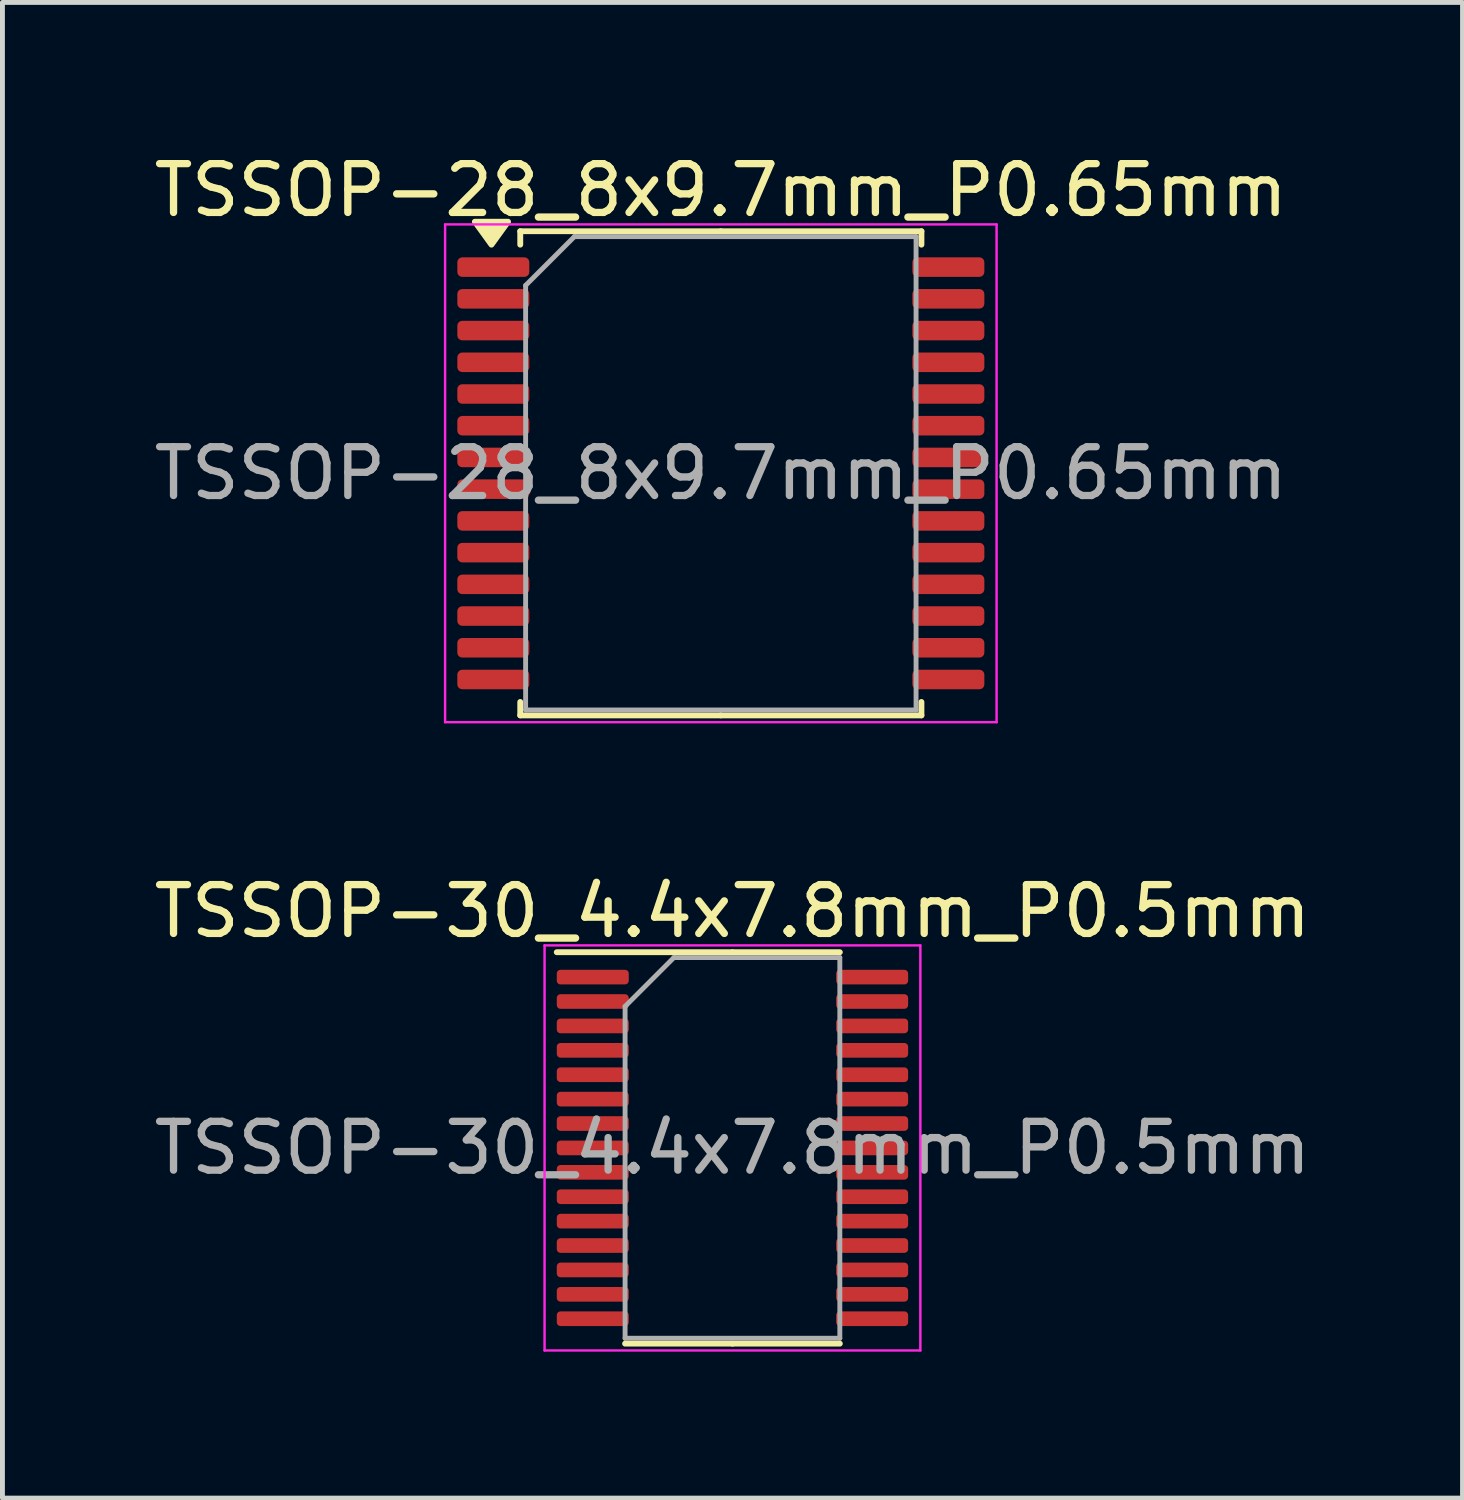
<source format=kicad_pcb>
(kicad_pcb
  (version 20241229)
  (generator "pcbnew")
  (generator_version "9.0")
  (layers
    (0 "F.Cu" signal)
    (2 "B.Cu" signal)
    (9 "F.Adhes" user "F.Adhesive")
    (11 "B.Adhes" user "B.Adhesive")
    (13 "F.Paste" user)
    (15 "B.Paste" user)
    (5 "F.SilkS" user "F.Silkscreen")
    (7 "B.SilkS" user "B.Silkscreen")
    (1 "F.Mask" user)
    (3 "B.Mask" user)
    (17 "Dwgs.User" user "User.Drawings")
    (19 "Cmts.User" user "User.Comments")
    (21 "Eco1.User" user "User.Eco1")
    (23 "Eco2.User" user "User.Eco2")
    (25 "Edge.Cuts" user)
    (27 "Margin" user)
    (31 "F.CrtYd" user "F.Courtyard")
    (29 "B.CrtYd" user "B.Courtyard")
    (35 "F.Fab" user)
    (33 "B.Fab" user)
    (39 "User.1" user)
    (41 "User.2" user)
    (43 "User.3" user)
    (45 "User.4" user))
  (footprint "TSSOP-30_4.4x7.8mm_P0.5mm"
    (layer "F.Cu")
    (at 11.958 20.471)
    (property "Reference" "TSSOP-30_4.4x7.8mm_P0.5mm" (at 0 -4.85 0) (layer "F.SilkS") (effects (font (size 1 1) (thickness 0.15))))
    (attr smd)
    (fp_line (start 0 -4.01) (end -3.6 -4.01) (stroke (width 0.12) (type solid)) (layer "F.SilkS"))
    (fp_line (start 0 -4.01) (end 2.2 -4.01) (stroke (width 0.12) (type solid)) (layer "F.SilkS"))
    (fp_line (start 0 4.01) (end -2.2 4.01) (stroke (width 0.12) (type solid)) (layer "F.SilkS"))
    (fp_line (start 0 4.01) (end 2.2 4.01) (stroke (width 0.12) (type solid)) (layer "F.SilkS"))
    (fp_line (start -3.85 -4.15) (end -3.85 4.15) (stroke (width 0.05) (type solid)) (layer "F.CrtYd"))
    (fp_line (start -3.85 4.15) (end 3.85 4.15) (stroke (width 0.05) (type solid)) (layer "F.CrtYd"))
    (fp_line (start 3.85 -4.15) (end -3.85 -4.15) (stroke (width 0.05) (type solid)) (layer "F.CrtYd"))
    (fp_line (start 3.85 4.15) (end 3.85 -4.15) (stroke (width 0.05) (type solid)) (layer "F.CrtYd"))
    (fp_line (start -2.2 -2.9) (end -1.2 -3.9) (stroke (width 0.1) (type solid)) (layer "F.Fab"))
    (fp_line (start -2.2 3.9) (end -2.2 -2.9) (stroke (width 0.1) (type solid)) (layer "F.Fab"))
    (fp_line (start -1.2 -3.9) (end 2.2 -3.9) (stroke (width 0.1) (type solid)) (layer "F.Fab"))
    (fp_line (start 2.2 -3.9) (end 2.2 3.9) (stroke (width 0.1) (type solid)) (layer "F.Fab"))
    (fp_line (start 2.2 3.9) (end -2.2 3.9) (stroke (width 0.1) (type solid)) (layer "F.Fab"))
    (fp_text user "${REFERENCE}" (at 0 0 0) (layer "F.Fab") (effects (font (size 1 1) (thickness 0.15))))
    (pad "1" smd roundrect (at -2.862 -3.5) (size 1.475 0.3) (layers "F.Cu" "F.Mask" "F.Paste") (roundrect_rratio 0.25))
    (pad "2" smd roundrect (at -2.862 -3) (size 1.475 0.3) (layers "F.Cu" "F.Mask" "F.Paste") (roundrect_rratio 0.25))
    (pad "3" smd roundrect (at -2.862 -2.5) (size 1.475 0.3) (layers "F.Cu" "F.Mask" "F.Paste") (roundrect_rratio 0.25))
    (pad "4" smd roundrect (at -2.862 -2) (size 1.475 0.3) (layers "F.Cu" "F.Mask" "F.Paste") (roundrect_rratio 0.25))
    (pad "5" smd roundrect (at -2.862 -1.5) (size 1.475 0.3) (layers "F.Cu" "F.Mask" "F.Paste") (roundrect_rratio 0.25))
    (pad "6" smd roundrect (at -2.862 -1) (size 1.475 0.3) (layers "F.Cu" "F.Mask" "F.Paste") (roundrect_rratio 0.25))
    (pad "7" smd roundrect (at -2.862 -0.5) (size 1.475 0.3) (layers "F.Cu" "F.Mask" "F.Paste") (roundrect_rratio 0.25))
    (pad "8" smd roundrect (at -2.862 0) (size 1.475 0.3) (layers "F.Cu" "F.Mask" "F.Paste") (roundrect_rratio 0.25))
    (pad "9" smd roundrect (at -2.862 0.5) (size 1.475 0.3) (layers "F.Cu" "F.Mask" "F.Paste") (roundrect_rratio 0.25))
    (pad "10" smd roundrect (at -2.862 1) (size 1.475 0.3) (layers "F.Cu" "F.Mask" "F.Paste") (roundrect_rratio 0.25))
    (pad "11" smd roundrect (at -2.862 1.5) (size 1.475 0.3) (layers "F.Cu" "F.Mask" "F.Paste") (roundrect_rratio 0.25))
    (pad "12" smd roundrect (at -2.862 2) (size 1.475 0.3) (layers "F.Cu" "F.Mask" "F.Paste") (roundrect_rratio 0.25))
    (pad "13" smd roundrect (at -2.862 2.5) (size 1.475 0.3) (layers "F.Cu" "F.Mask" "F.Paste") (roundrect_rratio 0.25))
    (pad "14" smd roundrect (at -2.862 3) (size 1.475 0.3) (layers "F.Cu" "F.Mask" "F.Paste") (roundrect_rratio 0.25))
    (pad "15" smd roundrect (at -2.862 3.5) (size 1.475 0.3) (layers "F.Cu" "F.Mask" "F.Paste") (roundrect_rratio 0.25))
    (pad "16" smd roundrect (at 2.862 3.5) (size 1.475 0.3) (layers "F.Cu" "F.Mask" "F.Paste") (roundrect_rratio 0.25))
    (pad "17" smd roundrect (at 2.862 3) (size 1.475 0.3) (layers "F.Cu" "F.Mask" "F.Paste") (roundrect_rratio 0.25))
    (pad "18" smd roundrect (at 2.862 2.5) (size 1.475 0.3) (layers "F.Cu" "F.Mask" "F.Paste") (roundrect_rratio 0.25))
    (pad "19" smd roundrect (at 2.862 2) (size 1.475 0.3) (layers "F.Cu" "F.Mask" "F.Paste") (roundrect_rratio 0.25))
    (pad "20" smd roundrect (at 2.862 1.5) (size 1.475 0.3) (layers "F.Cu" "F.Mask" "F.Paste") (roundrect_rratio 0.25))
    (pad "21" smd roundrect (at 2.862 1) (size 1.475 0.3) (layers "F.Cu" "F.Mask" "F.Paste") (roundrect_rratio 0.25))
    (pad "22" smd roundrect (at 2.862 0.5) (size 1.475 0.3) (layers "F.Cu" "F.Mask" "F.Paste") (roundrect_rratio 0.25))
    (pad "23" smd roundrect (at 2.862 0) (size 1.475 0.3) (layers "F.Cu" "F.Mask" "F.Paste") (roundrect_rratio 0.25))
    (pad "24" smd roundrect (at 2.862 -0.5) (size 1.475 0.3) (layers "F.Cu" "F.Mask" "F.Paste") (roundrect_rratio 0.25))
    (pad "25" smd roundrect (at 2.862 -1) (size 1.475 0.3) (layers "F.Cu" "F.Mask" "F.Paste") (roundrect_rratio 0.25))
    (pad "26" smd roundrect (at 2.862 -1.5) (size 1.475 0.3) (layers "F.Cu" "F.Mask" "F.Paste") (roundrect_rratio 0.25))
    (pad "27" smd roundrect (at 2.862 -2) (size 1.475 0.3) (layers "F.Cu" "F.Mask" "F.Paste") (roundrect_rratio 0.25))
    (pad "28" smd roundrect (at 2.862 -2.5) (size 1.475 0.3) (layers "F.Cu" "F.Mask" "F.Paste") (roundrect_rratio 0.25))
    (pad "29" smd roundrect (at 2.862 -3) (size 1.475 0.3) (layers "F.Cu" "F.Mask" "F.Paste") (roundrect_rratio 0.25))
    (pad "30" smd roundrect (at 2.862 -3.5) (size 1.475 0.3) (layers "F.Cu" "F.Mask" "F.Paste") (roundrect_rratio 0.25)))
  (footprint "TSSOP-28_8x9.7mm_P0.65mm"
    (layer "F.Cu")
    (at 11.72 6.648)
    (property "Reference" "TSSOP-28_8x9.7mm_P0.65mm" (at 0 -5.8 0) (layer "F.SilkS") (effects (font (size 1 1) (thickness 0.15))))
    (attr smd)
    (fp_line (start -4.11 -4.96) (end -4.11 -4.685) (stroke (width 0.12) (type solid)) (layer "F.SilkS"))
    (fp_line (start -4.11 4.96) (end -4.11 4.685) (stroke (width 0.12) (type solid)) (layer "F.SilkS"))
    (fp_line (start 0 -4.96) (end -4.11 -4.96) (stroke (width 0.12) (type solid)) (layer "F.SilkS"))
    (fp_line (start 0 -4.96) (end 4.11 -4.96) (stroke (width 0.12) (type solid)) (layer "F.SilkS"))
    (fp_line (start 0 4.96) (end -4.11 4.96) (stroke (width 0.12) (type solid)) (layer "F.SilkS"))
    (fp_line (start 0 4.96) (end 4.11 4.96) (stroke (width 0.12) (type solid)) (layer "F.SilkS"))
    (fp_line (start 4.11 -4.96) (end 4.11 -4.685) (stroke (width 0.12) (type solid)) (layer "F.SilkS"))
    (fp_line (start 4.11 4.96) (end 4.11 4.685) (stroke (width 0.12) (type solid)) (layer "F.SilkS"))
    (fp_poly (pts (xy -4.7 -4.685) (xy -5.04 -5.155) (xy -4.36 -5.155) (xy -4.7 -4.685)) (stroke (width 0.12) (type solid)) (fill yes) (layer "F.SilkS"))
    (fp_line (start -5.65 -5.1) (end -5.65 5.1) (stroke (width 0.05) (type solid)) (layer "F.CrtYd"))
    (fp_line (start -5.65 5.1) (end 5.65 5.1) (stroke (width 0.05) (type solid)) (layer "F.CrtYd"))
    (fp_line (start 5.65 -5.1) (end -5.65 -5.1) (stroke (width 0.05) (type solid)) (layer "F.CrtYd"))
    (fp_line (start 5.65 5.1) (end 5.65 -5.1) (stroke (width 0.05) (type solid)) (layer "F.CrtYd"))
    (fp_line (start -4 -3.85) (end -3 -4.85) (stroke (width 0.1) (type solid)) (layer "F.Fab"))
    (fp_line (start -4 4.85) (end -4 -3.85) (stroke (width 0.1) (type solid)) (layer "F.Fab"))
    (fp_line (start -3 -4.85) (end 4 -4.85) (stroke (width 0.1) (type solid)) (layer "F.Fab"))
    (fp_line (start 4 -4.85) (end 4 4.85) (stroke (width 0.1) (type solid)) (layer "F.Fab"))
    (fp_line (start 4 4.85) (end -4 4.85) (stroke (width 0.1) (type solid)) (layer "F.Fab"))
    (fp_text user "${REFERENCE}" (at 0 0 0) (layer "F.Fab") (effects (font (size 1 1) (thickness 0.15))))
    (pad "1" smd roundrect (at -4.662 -4.225) (size 1.475 0.4) (layers "F.Cu" "F.Mask" "F.Paste") (roundrect_rratio 0.25))
    (pad "2" smd roundrect (at -4.662 -3.575) (size 1.475 0.4) (layers "F.Cu" "F.Mask" "F.Paste") (roundrect_rratio 0.25))
    (pad "3" smd roundrect (at -4.662 -2.925) (size 1.475 0.4) (layers "F.Cu" "F.Mask" "F.Paste") (roundrect_rratio 0.25))
    (pad "4" smd roundrect (at -4.662 -2.275) (size 1.475 0.4) (layers "F.Cu" "F.Mask" "F.Paste") (roundrect_rratio 0.25))
    (pad "5" smd roundrect (at -4.662 -1.625) (size 1.475 0.4) (layers "F.Cu" "F.Mask" "F.Paste") (roundrect_rratio 0.25))
    (pad "6" smd roundrect (at -4.662 -0.975) (size 1.475 0.4) (layers "F.Cu" "F.Mask" "F.Paste") (roundrect_rratio 0.25))
    (pad "7" smd roundrect (at -4.662 -0.325) (size 1.475 0.4) (layers "F.Cu" "F.Mask" "F.Paste") (roundrect_rratio 0.25))
    (pad "8" smd roundrect (at -4.662 0.325) (size 1.475 0.4) (layers "F.Cu" "F.Mask" "F.Paste") (roundrect_rratio 0.25))
    (pad "9" smd roundrect (at -4.662 0.975) (size 1.475 0.4) (layers "F.Cu" "F.Mask" "F.Paste") (roundrect_rratio 0.25))
    (pad "10" smd roundrect (at -4.662 1.625) (size 1.475 0.4) (layers "F.Cu" "F.Mask" "F.Paste") (roundrect_rratio 0.25))
    (pad "11" smd roundrect (at -4.662 2.275) (size 1.475 0.4) (layers "F.Cu" "F.Mask" "F.Paste") (roundrect_rratio 0.25))
    (pad "12" smd roundrect (at -4.662 2.925) (size 1.475 0.4) (layers "F.Cu" "F.Mask" "F.Paste") (roundrect_rratio 0.25))
    (pad "13" smd roundrect (at -4.662 3.575) (size 1.475 0.4) (layers "F.Cu" "F.Mask" "F.Paste") (roundrect_rratio 0.25))
    (pad "14" smd roundrect (at -4.662 4.225) (size 1.475 0.4) (layers "F.Cu" "F.Mask" "F.Paste") (roundrect_rratio 0.25))
    (pad "15" smd roundrect (at 4.662 4.225) (size 1.475 0.4) (layers "F.Cu" "F.Mask" "F.Paste") (roundrect_rratio 0.25))
    (pad "16" smd roundrect (at 4.662 3.575) (size 1.475 0.4) (layers "F.Cu" "F.Mask" "F.Paste") (roundrect_rratio 0.25))
    (pad "17" smd roundrect (at 4.662 2.925) (size 1.475 0.4) (layers "F.Cu" "F.Mask" "F.Paste") (roundrect_rratio 0.25))
    (pad "18" smd roundrect (at 4.662 2.275) (size 1.475 0.4) (layers "F.Cu" "F.Mask" "F.Paste") (roundrect_rratio 0.25))
    (pad "19" smd roundrect (at 4.662 1.625) (size 1.475 0.4) (layers "F.Cu" "F.Mask" "F.Paste") (roundrect_rratio 0.25))
    (pad "20" smd roundrect (at 4.662 0.975) (size 1.475 0.4) (layers "F.Cu" "F.Mask" "F.Paste") (roundrect_rratio 0.25))
    (pad "21" smd roundrect (at 4.662 0.325) (size 1.475 0.4) (layers "F.Cu" "F.Mask" "F.Paste") (roundrect_rratio 0.25))
    (pad "22" smd roundrect (at 4.662 -0.325) (size 1.475 0.4) (layers "F.Cu" "F.Mask" "F.Paste") (roundrect_rratio 0.25))
    (pad "23" smd roundrect (at 4.662 -0.975) (size 1.475 0.4) (layers "F.Cu" "F.Mask" "F.Paste") (roundrect_rratio 0.25))
    (pad "24" smd roundrect (at 4.662 -1.625) (size 1.475 0.4) (layers "F.Cu" "F.Mask" "F.Paste") (roundrect_rratio 0.25))
    (pad "25" smd roundrect (at 4.662 -2.275) (size 1.475 0.4) (layers "F.Cu" "F.Mask" "F.Paste") (roundrect_rratio 0.25))
    (pad "26" smd roundrect (at 4.662 -2.925) (size 1.475 0.4) (layers "F.Cu" "F.Mask" "F.Paste") (roundrect_rratio 0.25))
    (pad "27" smd roundrect (at 4.662 -3.575) (size 1.475 0.4) (layers "F.Cu" "F.Mask" "F.Paste") (roundrect_rratio 0.25))
    (pad "28" smd roundrect (at 4.662 -4.225) (size 1.475 0.4) (layers "F.Cu" "F.Mask" "F.Paste") (roundrect_rratio 0.25)))
  (gr_rect
    (start -3 -3)
    (end 26.917 27.646)
    (stroke (width 0.1) (type default))
    (fill no)
    (layer "Edge.Cuts")))
</source>
